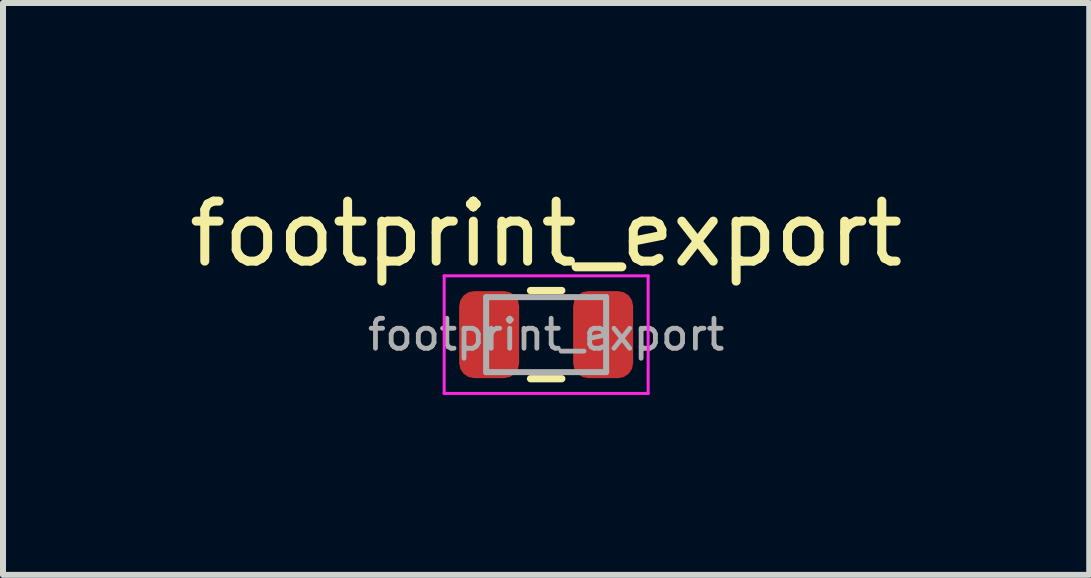
<source format=kicad_pcb>
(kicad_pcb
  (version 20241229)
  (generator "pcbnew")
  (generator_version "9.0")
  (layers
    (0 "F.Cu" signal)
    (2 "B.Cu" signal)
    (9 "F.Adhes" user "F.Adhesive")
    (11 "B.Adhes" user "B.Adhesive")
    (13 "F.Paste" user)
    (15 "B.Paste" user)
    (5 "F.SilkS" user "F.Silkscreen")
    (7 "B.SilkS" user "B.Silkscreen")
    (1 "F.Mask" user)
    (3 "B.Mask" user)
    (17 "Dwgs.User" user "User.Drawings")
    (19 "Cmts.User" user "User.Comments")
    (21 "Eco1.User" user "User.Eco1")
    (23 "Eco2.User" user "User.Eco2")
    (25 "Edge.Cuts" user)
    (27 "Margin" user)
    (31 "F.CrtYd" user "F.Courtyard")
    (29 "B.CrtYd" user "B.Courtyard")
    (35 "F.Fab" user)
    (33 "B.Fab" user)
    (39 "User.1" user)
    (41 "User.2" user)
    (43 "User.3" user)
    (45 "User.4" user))
  (footprint "footprint_export"
    (layer "F.Cu")
    (at 6.054 2.528)
    (property "Reference" "footprint_export" (at 0 -1.68 0) (layer "F.SilkS") (effects (font (size 1 1) (thickness 0.15))))
    (attr smd)
    (fp_line (start -0.261 -0.735) (end 0.261 -0.735) (stroke (width 0.12) (type solid)) (layer "F.SilkS"))
    (fp_line (start -0.261 0.735) (end 0.261 0.735) (stroke (width 0.12) (type solid)) (layer "F.SilkS"))
    (fp_line (start -1.7 -0.98) (end 1.7 -0.98) (stroke (width 0.05) (type solid)) (layer "F.CrtYd"))
    (fp_line (start -1.7 0.98) (end -1.7 -0.98) (stroke (width 0.05) (type solid)) (layer "F.CrtYd"))
    (fp_line (start 1.7 -0.98) (end 1.7 0.98) (stroke (width 0.05) (type solid)) (layer "F.CrtYd"))
    (fp_line (start 1.7 0.98) (end -1.7 0.98) (stroke (width 0.05) (type solid)) (layer "F.CrtYd"))
    (fp_line (start -1 -0.625) (end 1 -0.625) (stroke (width 0.1) (type solid)) (layer "F.Fab"))
    (fp_line (start -1 0.625) (end -1 -0.625) (stroke (width 0.1) (type solid)) (layer "F.Fab"))
    (fp_line (start 1 -0.625) (end 1 0.625) (stroke (width 0.1) (type solid)) (layer "F.Fab"))
    (fp_line (start 1 0.625) (end -1 0.625) (stroke (width 0.1) (type solid)) (layer "F.Fab"))
    (fp_text user "${REFERENCE}" (at 0 0 0) (layer "F.Fab") (effects (font (size 0.5 0.5) (thickness 0.08))))
    (pad "1" smd roundrect (at -0.95 0) (size 1 1.45) (layers "F.Cu" "F.Mask" "F.Paste") (roundrect_rratio 0.25))
    (pad "2" smd roundrect (at 0.95 0) (size 1 1.45) (layers "F.Cu" "F.Mask" "F.Paste") (roundrect_rratio 0.25)))
  (gr_rect
    (start -3 -3)
    (end 15.107 6.533)
    (stroke (width 0.1) (type default))
    (fill no)
    (layer "Edge.Cuts")))
</source>
